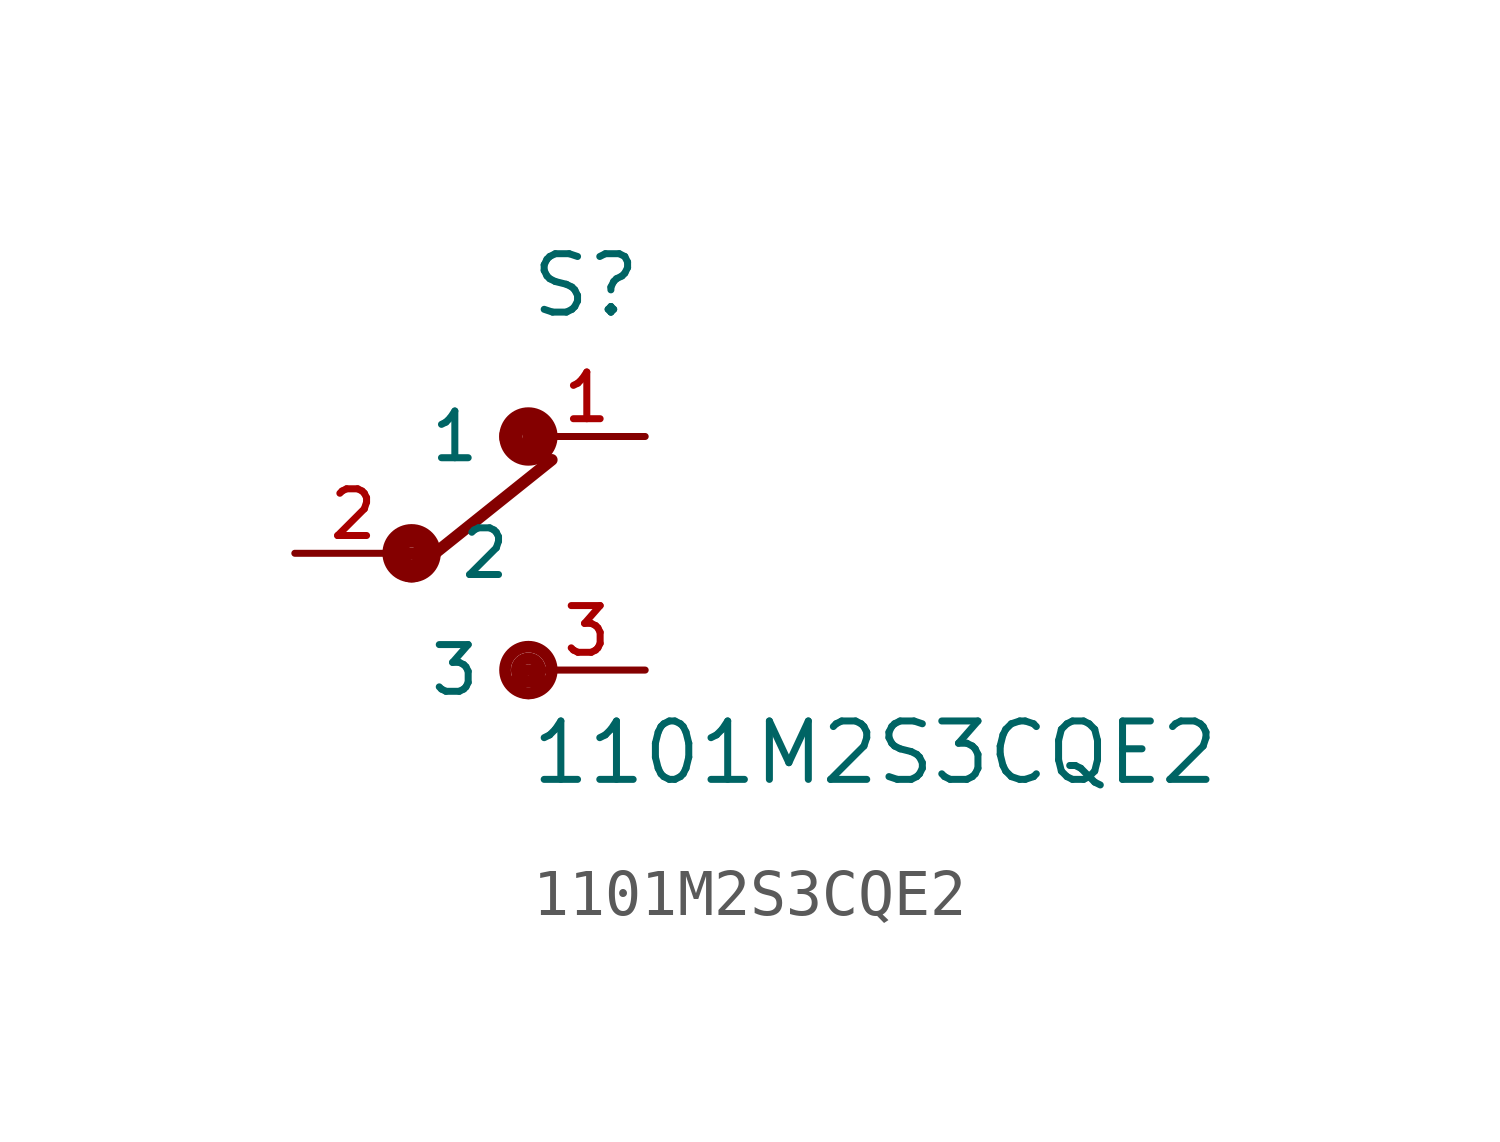
<source format=kicad_sym>
(kicad_symbol_lib
  (version 20211014)
  (generator kicad_symbol_editor)
  (symbol "1101M2S3CQE2"
    (pin_names
      (offset 1.016))
    (property "Reference" "S"
      (at 2.541 5.082 0)
      (effects (font (size 1.27 1.27)) (justify bottom left)))
    (property "Value" "1101M2S3CQE2"
      (at 2.541 -5.081 0)
      (effects (font (size 1.27 1.27)) (justify bottom left)))
    (symbol "1101M2S3CQE2_0_0"
      (circle (center 2.54 2.54) (radius 0.508) (stroke (width 0.254)) (fill (type none)))
      (circle (center 0.0 0.0) (radius 0.508) (stroke (width 0.254)) (fill (type none)))
      (circle (center 2.54 -2.54) (radius 0.508) (stroke (width 0.254)) (fill (type none)))
      (polyline (pts (xy 0.508 0.0) (xy 3.048 2.032)) (stroke (width 0.254)))
      (circle (center 0.0 0.0) (radius 0.359) (stroke (width 0.254)) (fill (type none)))
      (circle (center 0.0 0.0) (radius 0.254) (stroke (width 0.254)) (fill (type none)))
      (circle (center 0.0 -0.254) (radius 0.254) (stroke (width 0.254)) (fill (type none)))
      (circle (center 2.54 2.54) (radius 0.359) (stroke (width 0.254)) (fill (type none)))
      (circle (center 2.54 2.54) (radius 0.254) (stroke (width 0.254)) (fill (type none)))
      (circle (center 2.54 2.54) (radius 0.359) (stroke (width 0.254)) (fill (type none)))
      (circle (center 2.286 2.54) (radius 0.254) (stroke (width 0.254)) (fill (type none)))
      (circle (center 2.54 -2.54) (radius 0.254) (stroke (width 0.254)) (fill (type none)))
      (circle (center 2.54 -2.794) (radius 0.254) (stroke (width 0.254)) (fill (type none)))
      (pin passive line (at -2.54 0.0 0) (length 2.54) (name "2" (effects (font (size 1.016 1.016)))) (number "2" (effects (font (size 1.016 1.016)))))
      (pin passive line (at 5.08 2.54 180.0) (length 2.54) (name "1" (effects (font (size 1.016 1.016)))) (number "1" (effects (font (size 1.016 1.016)))))
      (pin passive line (at 5.08 -2.54 180.0) (length 2.54) (name "3" (effects (font (size 1.016 1.016)))) (number "3" (effects (font (size 1.016 1.016))))))))
</source>
